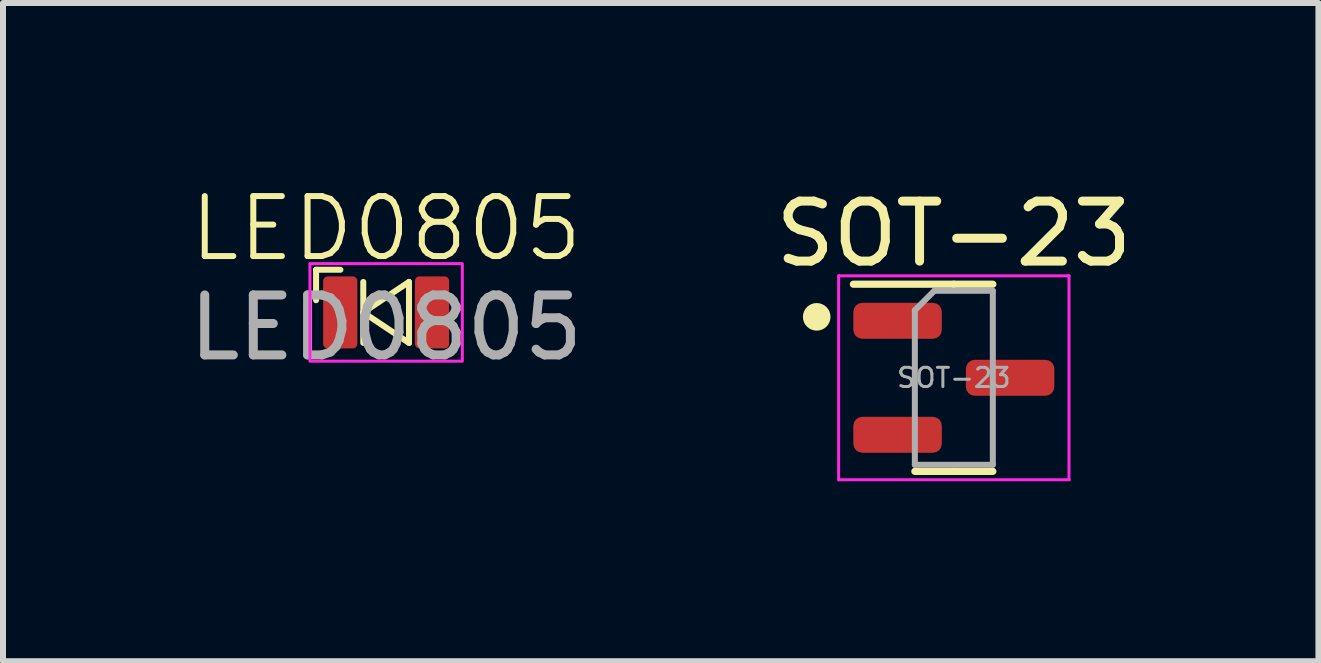
<source format=kicad_pcb>
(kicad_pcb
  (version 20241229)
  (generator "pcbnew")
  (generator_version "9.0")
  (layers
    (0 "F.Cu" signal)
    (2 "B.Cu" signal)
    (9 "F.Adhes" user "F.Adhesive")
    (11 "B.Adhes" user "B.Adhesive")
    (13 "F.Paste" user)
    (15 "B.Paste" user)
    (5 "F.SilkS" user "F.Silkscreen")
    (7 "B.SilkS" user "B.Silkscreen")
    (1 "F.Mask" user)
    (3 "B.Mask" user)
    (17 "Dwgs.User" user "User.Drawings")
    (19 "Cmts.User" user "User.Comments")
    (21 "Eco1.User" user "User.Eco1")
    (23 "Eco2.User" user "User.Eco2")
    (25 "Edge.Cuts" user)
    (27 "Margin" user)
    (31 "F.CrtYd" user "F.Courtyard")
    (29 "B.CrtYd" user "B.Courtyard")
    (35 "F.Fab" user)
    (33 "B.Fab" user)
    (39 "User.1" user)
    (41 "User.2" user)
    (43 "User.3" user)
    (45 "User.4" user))
  (footprint "SOT-23"
    (layer "F.Cu")
    (at 12.851 3.248)
    (property "Reference" "SOT-23" (at 0 -2.4 0) (layer "F.SilkS") (effects (font (size 1 1) (thickness 0.15))))
    (attr smd)
    (fp_line (start 0 -1.56) (end -1.675 -1.56) (stroke (width 0.12) (type solid)) (layer "F.SilkS"))
    (fp_line (start 0 -1.56) (end 0.65 -1.56) (stroke (width 0.12) (type solid)) (layer "F.SilkS"))
    (fp_line (start 0 1.56) (end -0.65 1.56) (stroke (width 0.12) (type solid)) (layer "F.SilkS"))
    (fp_line (start 0 1.56) (end 0.65 1.56) (stroke (width 0.12) (type solid)) (layer "F.SilkS"))
    (fp_circle (center -2.286 -1.016) (end -2.106 -1.016) (stroke (width 0.1) (type solid)) (fill yes) (layer "F.SilkS"))
    (fp_line (start -1.92 -1.7) (end -1.92 1.7) (stroke (width 0.05) (type solid)) (layer "F.CrtYd"))
    (fp_line (start -1.92 1.7) (end 1.92 1.7) (stroke (width 0.05) (type solid)) (layer "F.CrtYd"))
    (fp_line (start 1.92 -1.7) (end -1.92 -1.7) (stroke (width 0.05) (type solid)) (layer "F.CrtYd"))
    (fp_line (start 1.92 1.7) (end 1.92 -1.7) (stroke (width 0.05) (type solid)) (layer "F.CrtYd"))
    (fp_line (start -0.65 -1.125) (end -0.325 -1.45) (stroke (width 0.1) (type solid)) (layer "F.Fab"))
    (fp_line (start -0.65 1.45) (end -0.65 -1.125) (stroke (width 0.1) (type solid)) (layer "F.Fab"))
    (fp_line (start -0.325 -1.45) (end 0.65 -1.45) (stroke (width 0.1) (type solid)) (layer "F.Fab"))
    (fp_line (start 0.65 -1.45) (end 0.65 1.45) (stroke (width 0.1) (type solid)) (layer "F.Fab"))
    (fp_line (start 0.65 1.45) (end -0.65 1.45) (stroke (width 0.1) (type solid)) (layer "F.Fab"))
    (fp_text user "${REFERENCE}" (at 0 0 0) (layer "F.Fab") (effects (font (size 0.32 0.32) (thickness 0.05))))
    (pad "1" smd roundrect (at -0.938 -0.95) (size 1.475 0.6) (layers "F.Cu" "F.Mask" "F.Paste") (roundrect_rratio 0.25))
    (pad "2" smd roundrect (at -0.938 0.95) (size 1.475 0.6) (layers "F.Cu" "F.Mask" "F.Paste") (roundrect_rratio 0.25))
    (pad "3" smd roundrect (at 0.938 0) (size 1.475 0.6) (layers "F.Cu" "F.Mask" "F.Paste") (roundrect_rratio 0.25)))
  (footprint "LED0805"
    (layer "F.Cu")
    (at 3.387 2.158)
    (property "Reference" "LED0805" (at 0 -1.397 0) (unlocked yes) (layer "F.SilkS") (effects (font (size 1 1) (thickness 0.1))))
    (attr smd)
    (fp_line (start -1.168 -0.711) (end -1.168 -0.203) (stroke (width 0.1) (type default)) (layer "F.SilkS"))
    (fp_line (start -0.762 -0.711) (end -1.168 -0.711) (stroke (width 0.1) (type default)) (layer "F.SilkS"))
    (fp_line (start -0.381 -0.508) (end -0.381 0.508) (stroke (width 0.1) (type default)) (layer "F.SilkS"))
    (fp_line (start -0.381 0) (end 0.381 0.508) (stroke (width 0.1) (type default)) (layer "F.SilkS"))
    (fp_line (start 0.381 -0.508) (end -0.381 0) (stroke (width 0.1) (type default)) (layer "F.SilkS"))
    (fp_line (start 0.381 0.508) (end 0.381 -0.508) (stroke (width 0.1) (type default)) (layer "F.SilkS"))
    (fp_rect (start -1.27 -0.813) (end 1.27 0.813) (stroke (width 0.05) (type default)) (fill no) (layer "F.CrtYd"))
    (fp_text user "${REFERENCE}" (at 0 0.254 0) (unlocked yes) (layer "F.Fab") (effects (font (size 1 1) (thickness 0.15))))
    (pad "1" smd roundrect (at -0.765 0 180) (size 0.57 1.2) (layers "F.Cu" "F.Mask" "F.Paste") (roundrect_rratio 0.131))
    (pad "2" smd roundrect (at 0.765 0 180) (size 0.57 1.2) (layers "F.Cu" "F.Mask" "F.Paste") (roundrect_rratio 0.131)))
  (gr_rect
    (start -3 -3)
    (end 18.929 7.973)
    (stroke (width 0.1) (type default))
    (fill no)
    (layer "Edge.Cuts")))
</source>
